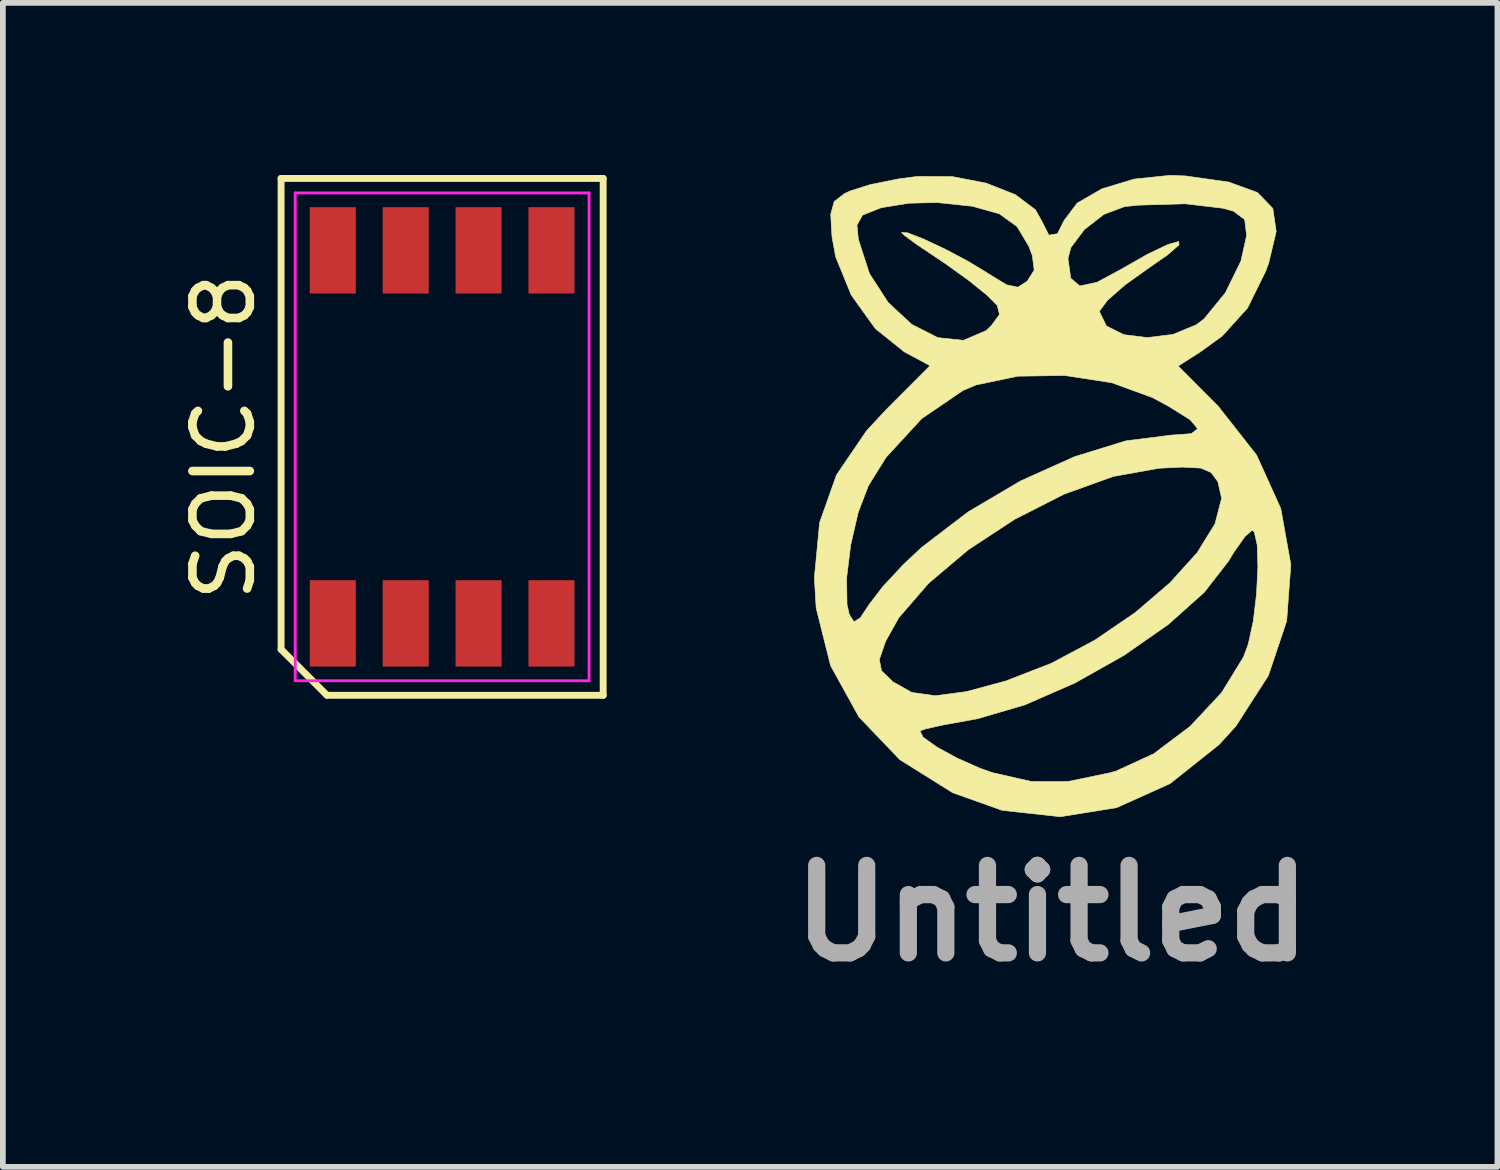
<source format=kicad_pcb>
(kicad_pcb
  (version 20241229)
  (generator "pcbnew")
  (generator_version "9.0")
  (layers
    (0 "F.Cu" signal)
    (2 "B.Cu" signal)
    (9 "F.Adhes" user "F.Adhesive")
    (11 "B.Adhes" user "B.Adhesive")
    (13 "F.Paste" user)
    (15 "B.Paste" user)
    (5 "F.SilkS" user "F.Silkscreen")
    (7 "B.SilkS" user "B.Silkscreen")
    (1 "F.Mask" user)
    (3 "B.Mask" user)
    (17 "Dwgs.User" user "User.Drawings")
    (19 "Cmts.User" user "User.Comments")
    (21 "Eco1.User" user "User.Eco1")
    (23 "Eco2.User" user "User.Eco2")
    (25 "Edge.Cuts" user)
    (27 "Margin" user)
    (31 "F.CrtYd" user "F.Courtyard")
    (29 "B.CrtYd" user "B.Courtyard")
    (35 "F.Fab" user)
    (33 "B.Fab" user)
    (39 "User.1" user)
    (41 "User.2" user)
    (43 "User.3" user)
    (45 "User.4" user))
  (footprint "SOIC-8"
    (layer "F.Cu")
    (at 4.654 4.562)
    (property "Reference" "SOIC-8" (at -3.806 0 90) (layer "F.SilkS") (effects (font (size 1 1) (thickness 0.15))))
    (attr smd)
    (fp_line (start -2.806 -4.503) (end 2.806 -4.503) (stroke (width 0.12) (type solid)) (layer "F.SilkS"))
    (fp_line (start -2.806 3.703) (end -2.806 -4.503) (stroke (width 0.12) (type solid)) (layer "F.SilkS"))
    (fp_line (start -2.006 4.503) (end -2.806 3.703) (stroke (width 0.12) (type solid)) (layer "F.SilkS"))
    (fp_line (start 2.806 -4.503) (end 2.806 4.503) (stroke (width 0.12) (type solid)) (layer "F.SilkS"))
    (fp_line (start 2.806 4.503) (end -2.006 4.503) (stroke (width 0.12) (type solid)) (layer "F.SilkS"))
    (fp_line (start -2.56 -4.25) (end 2.56 -4.25) (stroke (width 0.05) (type solid)) (layer "F.CrtYd"))
    (fp_line (start -2.56 4.25) (end -2.56 -4.25) (stroke (width 0.05) (type solid)) (layer "F.CrtYd"))
    (fp_line (start 2.56 -4.25) (end 2.56 4.25) (stroke (width 0.05) (type solid)) (layer "F.CrtYd"))
    (fp_line (start 2.56 4.25) (end -2.56 4.25) (stroke (width 0.05) (type solid)) (layer "F.CrtYd"))
    (pad "1" smd rect (at -1.905 3.25) (size 0.802 1.505) (layers "F.Cu" "F.Mask" "F.Paste"))
    (pad "2" smd rect (at -0.635 3.25) (size 0.802 1.505) (layers "F.Cu" "F.Mask" "F.Paste"))
    (pad "3" smd rect (at 0.635 3.25) (size 0.802 1.505) (layers "F.Cu" "F.Mask" "F.Paste"))
    (pad "4" smd rect (at 1.905 3.25) (size 0.802 1.505) (layers "F.Cu" "F.Mask" "F.Paste"))
    (pad "5" smd rect (at 1.905 -3.25) (size 0.802 1.505) (layers "F.Cu" "F.Mask" "F.Paste"))
    (pad "6" smd rect (at 0.635 -3.25) (size 0.802 1.505) (layers "F.Cu" "F.Mask" "F.Paste"))
    (pad "7" smd rect (at -0.635 -3.25) (size 0.802 1.505) (layers "F.Cu" "F.Mask" "F.Paste"))
    (pad "8" smd rect (at -1.905 -3.25) (size 0.802 1.505) (layers "F.Cu" "F.Mask" "F.Paste")))
  (footprint "Untitled"
    (layer "F.Cu")
    (at 15.281 5.498)
    (property "Reference" "Untitled" (at 0 7.366 0) (layer "F.Fab") (effects (font (size 1.524 1.524) (thickness 0.3))))
    (attr through_hole)
    (fp_poly (pts (xy 2.331 -5.482) (xy 3.081 -5.375) (xy 3.579 -5.194) (xy 3.847 -4.916) (xy 3.906 -4.515) (xy 3.776 -3.967) (xy 3.724 -3.824) (xy 3.406 -3.18) (xy 2.968 -2.695) (xy 2.583 -2.416) (xy 2.198 -2.17) (xy 2.895 -1.47) (xy 3.564 -0.619) (xy 3.986 0.313) (xy 4.161 1.289) (xy 4.089 2.272) (xy 3.77 3.223) (xy 3.203 4.105) (xy 2.909 4.428) (xy 2.056 5.106) (xy 1.126 5.525) (xy 0.143 5.683) (xy -0.868 5.572) (xy -1.731 5.265) (xy -2.651 4.69) (xy -3.132 4.187) (xy -2.301 4.187) (xy -2.248 4.296) (xy -2.009 4.468) (xy -1.653 4.662) (xy -1.251 4.84) (xy -1.038 4.915) (xy -0.365 5.068) (xy 0.279 5.069) (xy 1.014 4.916) (xy 1.114 4.888) (xy 1.77 4.587) (xy 2.408 4.107) (xy 2.955 3.521) (xy 3.336 2.9) (xy 3.419 2.676) (xy 3.507 2.274) (xy 3.563 1.8) (xy 3.587 1.333) (xy 3.575 0.947) (xy 3.524 0.721) (xy 3.486 0.691) (xy 3.361 0.801) (xy 3.167 1.077) (xy 3.076 1.228) (xy 2.653 1.772) (xy 2.024 2.334) (xy 1.251 2.873) (xy 0.398 3.353) (xy -0.471 3.733) (xy -1.293 3.974) (xy -1.449 4.003) (xy -1.886 4.082) (xy -2.198 4.151) (xy -2.301 4.187) (xy -3.132 4.187) (xy -3.365 3.944) (xy -3.857 3.054) (xy -3.885 2.945) (xy -3.009 2.945) (xy -2.972 3.139) (xy -2.771 3.333) (xy -2.442 3.518) (xy -2.034 3.575) (xy -1.491 3.503) (xy -0.808 3.318) (xy -0.013 3.01) (xy 0.752 2.602) (xy 1.452 2.124) (xy 2.055 1.607) (xy 2.529 1.082) (xy 2.839 0.581) (xy 2.955 0.133) (xy 2.889 -0.156) (xy 2.773 -0.314) (xy 2.591 -0.392) (xy 2.269 -0.409) (xy 1.863 -0.389) (xy 1.067 -0.246) (xy 0.209 0.063) (xy -0.652 0.501) (xy -1.458 1.03) (xy -2.151 1.615) (xy -2.671 2.217) (xy -2.901 2.628) (xy -3.009 2.945) (xy -3.885 2.945) (xy -4.11 2.046) (xy -4.141 1.522) (xy -3.579 1.522) (xy -3.572 1.989) (xy -3.533 2.157) (xy -3.451 2.287) (xy -3.34 2.217) (xy -3.189 1.988) (xy -2.947 1.672) (xy -2.582 1.281) (xy -2.275 0.993) (xy -1.461 0.371) (xy -0.55 -0.167) (xy 0.39 -0.59) (xy 1.288 -0.867) (xy 2.074 -0.966) (xy 2.074 -0.966) (xy 2.426 -0.992) (xy 2.539 -1.078) (xy 2.408 -1.233) (xy 2.027 -1.471) (xy 1.75 -1.62) (xy 1.04 -1.879) (xy 0.224 -2.005) (xy -0.596 -1.993) (xy -1.322 -1.841) (xy -1.551 -1.745) (xy -2.27 -1.255) (xy -2.891 -0.58) (xy -3.199 -0.086) (xy -3.378 0.382) (xy -3.509 0.952) (xy -3.579 1.522) (xy -4.141 1.522) (xy -4.141 1.518) (xy -4.05 0.559) (xy -3.756 -0.272) (xy -3.232 -1.042) (xy -2.902 -1.398) (xy -2.126 -2.176) (xy -2.575 -2.418) (xy -3.079 -2.822) (xy -3.497 -3.405) (xy -3.77 -4.071) (xy -3.834 -4.421) (xy -3.846 -4.627) (xy -3.399 -4.627) (xy -3.375 -4.379) (xy -3.182 -3.782) (xy -2.855 -3.277) (xy -2.443 -2.895) (xy -1.99 -2.665) (xy -1.545 -2.618) (xy -1.152 -2.785) (xy -1.057 -2.875) (xy -0.915 -3.069) (xy -0.956 -3.227) (xy -1.139 -3.41) (xy -1.445 -3.657) (xy -1.856 -3.953) (xy -2.036 -4.073) (xy -2.37 -4.298) (xy -2.583 -4.456) (xy -2.623 -4.498) (xy -2.515 -4.491) (xy -2.24 -4.384) (xy -1.871 -4.211) (xy -1.482 -4.006) (xy -1.147 -3.805) (xy -1.117 -3.784) (xy -0.793 -3.586) (xy -0.596 -3.544) (xy -0.439 -3.643) (xy -0.432 -3.65) (xy -0.311 -3.841) (xy -0.337 -4.044) (xy 0.278 -4.044) (xy 0.326 -3.7) (xy 0.484 -3.565) (xy 0.784 -3.63) (xy 1.186 -3.846) (xy 1.673 -4.123) (xy 2.021 -4.288) (xy 2.209 -4.341) (xy 2.212 -4.28) (xy 2.007 -4.102) (xy 1.691 -3.883) (xy 1.273 -3.585) (xy 0.967 -3.317) (xy 0.83 -3.132) (xy 0.828 -3.116) (xy 0.946 -2.869) (xy 1.249 -2.717) (xy 1.661 -2.666) (xy 2.107 -2.721) (xy 2.51 -2.887) (xy 2.648 -2.99) (xy 3.02 -3.446) (xy 3.291 -3.998) (xy 3.391 -4.445) (xy 3.357 -4.722) (xy 3.164 -4.867) (xy 2.982 -4.919) (xy 2.322 -4.997) (xy 1.503 -4.973) (xy 1.264 -4.948) (xy 0.905 -4.814) (xy 0.563 -4.548) (xy 0.329 -4.236) (xy 0.278 -4.044) (xy -0.337 -4.044) (xy -0.343 -4.095) (xy -0.406 -4.26) (xy -0.609 -4.6) (xy -0.917 -4.822) (xy -1.388 -4.954) (xy -2.002 -5.019) (xy -2.493 -5.007) (xy -2.958 -4.932) (xy -3 -4.92) (xy -3.301 -4.8) (xy -3.399 -4.627) (xy -3.846 -4.627) (xy -3.856 -4.817) (xy -3.796 -5.036) (xy -3.618 -5.174) (xy -3.52 -5.22) (xy -3.17 -5.331) (xy -2.679 -5.43) (xy -2.356 -5.473) (xy -1.743 -5.472) (xy -1.147 -5.357) (xy -0.639 -5.156) (xy -0.289 -4.893) (xy -0.179 -4.696) (xy -0.055 -4.451) (xy 0.094 -4.475) (xy 0.211 -4.707) (xy 0.438 -5.009) (xy 0.869 -5.258) (xy 1.432 -5.428) (xy 2.056 -5.493) (xy 2.331 -5.482)) (stroke (width 0.01) (type solid)) (fill yes) (layer "F.SilkS")))
  (gr_rect
    (start -3 -3)
    (end 23.042 17.282)
    (stroke (width 0.1) (type default))
    (fill no)
    (layer "Edge.Cuts")))
</source>
